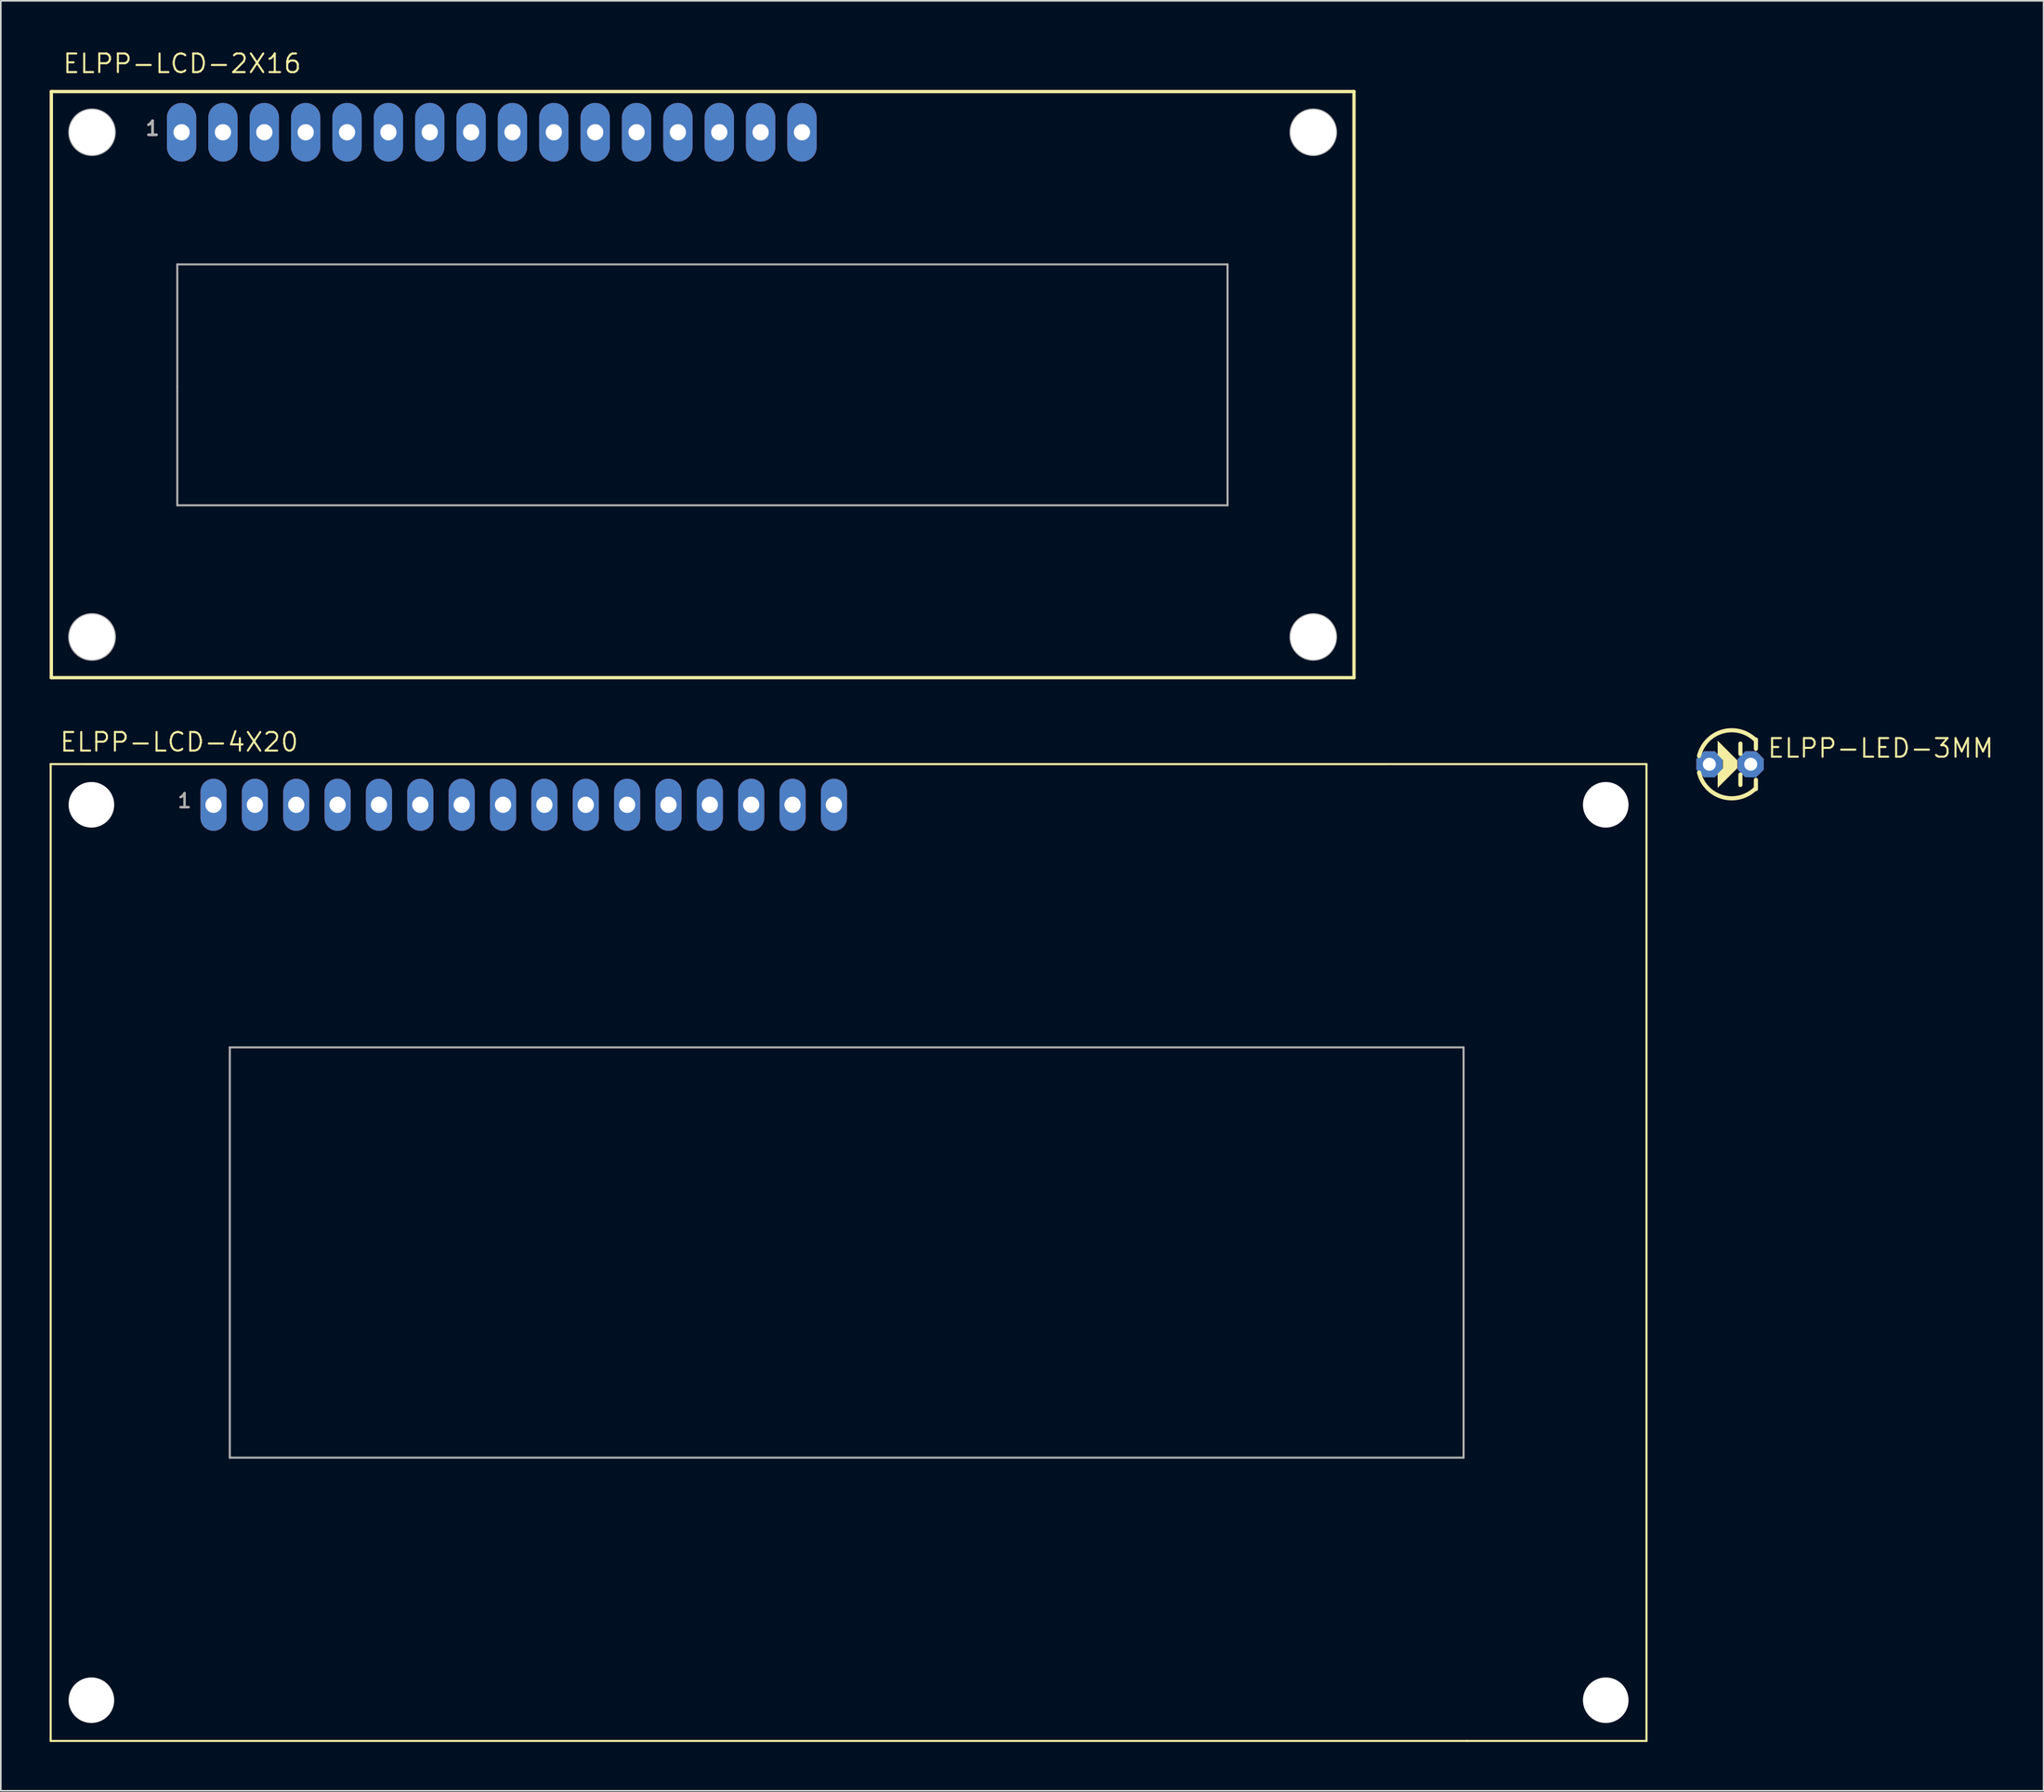
<source format=kicad_pcb>
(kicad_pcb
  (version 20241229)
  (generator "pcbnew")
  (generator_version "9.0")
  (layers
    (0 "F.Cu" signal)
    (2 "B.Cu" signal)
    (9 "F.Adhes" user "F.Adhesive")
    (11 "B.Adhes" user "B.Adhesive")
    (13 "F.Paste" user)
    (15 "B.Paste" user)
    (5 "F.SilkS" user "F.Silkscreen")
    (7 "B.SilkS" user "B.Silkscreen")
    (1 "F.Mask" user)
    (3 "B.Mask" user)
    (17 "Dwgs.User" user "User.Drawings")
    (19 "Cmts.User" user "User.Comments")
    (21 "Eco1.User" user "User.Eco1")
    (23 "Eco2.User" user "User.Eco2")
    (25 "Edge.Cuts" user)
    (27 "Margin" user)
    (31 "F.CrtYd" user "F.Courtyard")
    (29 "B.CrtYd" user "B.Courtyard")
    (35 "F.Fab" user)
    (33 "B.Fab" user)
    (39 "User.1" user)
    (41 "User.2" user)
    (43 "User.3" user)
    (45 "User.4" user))
  (footprint "ELPP-LCD-4X20"
    (layer "F.Cu")
    (at 48.809 73.68)
    (property "Reference" "ELPP-LCD-4X20" (at -48.26 -30.48 0) (unlocked yes) (layer "F.SilkS") (effects (font (size 1.143 1.143) (thickness 0.127)) (justify left bottom)))
    (fp_line (start -48.746 -29.797) (end 38.254 -29.797) (stroke (width 0.127) (type solid)) (layer "F.SilkS"))
    (fp_line (start -48.746 30.203) (end -48.746 -29.797) (stroke (width 0.127) (type solid)) (layer "F.SilkS"))
    (fp_line (start -46.746 -29.797) (end 33.254 -29.797) (stroke (width 0.127) (type solid)) (layer "F.SilkS"))
    (fp_line (start 38.254 -29.797) (end 49.254 -29.797) (stroke (width 0.127) (type solid)) (layer "F.SilkS"))
    (fp_line (start 38.254 30.203) (end -48.746 30.203) (stroke (width 0.127) (type solid)) (layer "F.SilkS"))
    (fp_line (start 49.254 -29.797) (end 49.254 30.203) (stroke (width 0.127) (type solid)) (layer "F.SilkS"))
    (fp_line (start 49.254 30.203) (end 38.254 30.203) (stroke (width 0.127) (type solid)) (layer "F.SilkS"))
    (fp_line (start -37.746 -12.397) (end -37.746 12.803) (stroke (width 0.127) (type solid)) (layer "F.Fab"))
    (fp_line (start -37.746 -12.397) (end 38.024 -12.397) (stroke (width 0.127) (type solid)) (layer "F.Fab"))
    (fp_line (start -37.746 12.803) (end 38.024 12.803) (stroke (width 0.127) (type solid)) (layer "F.Fab"))
    (fp_line (start 38.024 -12.397) (end 38.024 12.803) (stroke (width 0.127) (type solid)) (layer "F.Fab"))
    (fp_text user "1" (at -41.036 -27.037 0) (layer "F.Fab") (effects (font (size 0.864 0.864) (thickness 0.152)) (justify left bottom)))
    (pad "" np_thru_hole circle (at -46.246 -27.297) (size 2.8 2.8) (drill 2.8) (layers "*.Cu" "*.Mask"))
    (pad "" np_thru_hole circle (at -46.246 27.703) (size 2.8 2.8) (drill 2.8) (layers "*.Cu" "*.Mask"))
    (pad "" np_thru_hole circle (at 46.754 -27.297) (size 2.8 2.8) (drill 2.8) (layers "*.Cu" "*.Mask"))
    (pad "" np_thru_hole circle (at 46.754 27.703) (size 2.8 2.8) (drill 2.8) (layers "*.Cu" "*.Mask"))
    (pad "1" thru_hole oval (at -38.746 -27.297 90) (size 3.2 1.6) (drill 1) (layers "*.Cu" "*.Mask"))
    (pad "2" thru_hole oval (at -36.206 -27.297 90) (size 3.2 1.6) (drill 1) (layers "*.Cu" "*.Mask"))
    (pad "3" thru_hole oval (at -33.666 -27.297 90) (size 3.2 1.6) (drill 1) (layers "*.Cu" "*.Mask"))
    (pad "4" thru_hole oval (at -31.126 -27.297 90) (size 3.2 1.6) (drill 1) (layers "*.Cu" "*.Mask"))
    (pad "5" thru_hole oval (at -28.586 -27.297 90) (size 3.2 1.6) (drill 1) (layers "*.Cu" "*.Mask"))
    (pad "6" thru_hole oval (at -26.046 -27.297 90) (size 3.2 1.6) (drill 1) (layers "*.Cu" "*.Mask"))
    (pad "7" thru_hole oval (at -23.506 -27.297 90) (size 3.2 1.6) (drill 1) (layers "*.Cu" "*.Mask"))
    (pad "8" thru_hole oval (at -20.966 -27.297 90) (size 3.2 1.6) (drill 1) (layers "*.Cu" "*.Mask"))
    (pad "9" thru_hole oval (at -18.426 -27.297 90) (size 3.2 1.6) (drill 1) (layers "*.Cu" "*.Mask"))
    (pad "10" thru_hole oval (at -15.886 -27.297 90) (size 3.2 1.6) (drill 1) (layers "*.Cu" "*.Mask"))
    (pad "11" thru_hole oval (at -13.346 -27.297 90) (size 3.2 1.6) (drill 1) (layers "*.Cu" "*.Mask"))
    (pad "12" thru_hole oval (at -10.806 -27.297 90) (size 3.2 1.6) (drill 1) (layers "*.Cu" "*.Mask"))
    (pad "13" thru_hole oval (at -8.266 -27.297 90) (size 3.2 1.6) (drill 1) (layers "*.Cu" "*.Mask"))
    (pad "14" thru_hole oval (at -5.726 -27.297 90) (size 3.2 1.6) (drill 1) (layers "*.Cu" "*.Mask"))
    (pad "15" thru_hole oval (at -3.186 -27.297 90) (size 3.2 1.6) (drill 1) (layers "*.Cu" "*.Mask"))
    (pad "16" thru_hole oval (at -0.646 -27.297 90) (size 3.2 1.6) (drill 1) (layers "*.Cu" "*.Mask")))
  (footprint "ELPP-LCD-2X16"
    (layer "F.Cu")
    (at 40.102 20.574)
    (property "Reference" "ELPP-LCD-2X16" (at -39.37 -19.05 0) (unlocked yes) (layer "F.SilkS") (effects (font (size 1.143 1.143) (thickness 0.127)) (justify left bottom)))
    (fp_line (start -40 -18) (end 40 -18) (stroke (width 0.203) (type solid)) (layer "F.SilkS"))
    (fp_line (start -40 18) (end -40 -18) (stroke (width 0.203) (type solid)) (layer "F.SilkS"))
    (fp_line (start 40 -18) (end 40 18) (stroke (width 0.203) (type solid)) (layer "F.SilkS"))
    (fp_line (start 40 18) (end -40 18) (stroke (width 0.203) (type solid)) (layer "F.SilkS"))
    (fp_line (start -32.265 -7.386) (end -32.265 0.114) (stroke (width 0.127) (type solid)) (layer "F.Fab"))
    (fp_line (start -32.265 -7.386) (end 32.235 -7.386) (stroke (width 0.127) (type solid)) (layer "F.Fab"))
    (fp_line (start -32.265 0.114) (end -32.265 7.414) (stroke (width 0.127) (type solid)) (layer "F.Fab"))
    (fp_line (start -32.265 7.414) (end 32.235 7.414) (stroke (width 0.127) (type solid)) (layer "F.Fab"))
    (fp_line (start 32.235 -7.386) (end 32.235 7.414) (stroke (width 0.127) (type solid)) (layer "F.Fab"))
    (fp_circle (center -37.5 -15.5) (end -36.103 -15.5) (stroke (width 0.127) (type solid)) (fill no) (layer "F.Fab"))
    (fp_circle (center -37.5 15.5) (end -36.097 15.5) (stroke (width 0.127) (type solid)) (fill no) (layer "F.Fab"))
    (fp_circle (center 37.5 -15.5) (end 38.897 -15.5) (stroke (width 0.127) (type solid)) (fill no) (layer "F.Fab"))
    (fp_circle (center 37.5 15.5) (end 38.897 15.5) (stroke (width 0.127) (type solid)) (fill no) (layer "F.Fab"))
    (fp_text user "1" (at -34.305 -15.226 0) (layer "F.Fab") (effects (font (size 0.864 0.864) (thickness 0.152)) (justify left bottom)))
    (fp_text user "1" (at -34.29 -15.24 0) (layer "F.Fab") (effects (font (size 0.864 0.864) (thickness 0.152)) (justify left bottom)))
    (pad "" np_thru_hole circle (at -37.5 -15.5) (size 2.8 2.8) (drill 2.8) (layers "*.Cu" "*.Mask"))
    (pad "" np_thru_hole circle (at -37.5 15.5) (size 2.8 2.8) (drill 2.8) (layers "*.Cu" "*.Mask"))
    (pad "" np_thru_hole circle (at 37.5 -15.5) (size 2.8 2.8) (drill 2.8) (layers "*.Cu" "*.Mask"))
    (pad "" np_thru_hole circle (at 37.5 15.5) (size 2.8 2.8) (drill 2.8) (layers "*.Cu" "*.Mask"))
    (pad "1" thru_hole oval (at -32 -15.5 90) (size 3.6 1.8) (drill 1) (layers "*.Cu" "*.Mask"))
    (pad "2" thru_hole oval (at -29.46 -15.5 90) (size 3.6 1.8) (drill 1) (layers "*.Cu" "*.Mask"))
    (pad "3" thru_hole oval (at -26.92 -15.5 90) (size 3.6 1.8) (drill 1) (layers "*.Cu" "*.Mask"))
    (pad "4" thru_hole oval (at -24.38 -15.5 90) (size 3.6 1.8) (drill 1) (layers "*.Cu" "*.Mask"))
    (pad "5" thru_hole oval (at -21.84 -15.5 90) (size 3.6 1.8) (drill 1) (layers "*.Cu" "*.Mask"))
    (pad "6" thru_hole oval (at -19.3 -15.5 90) (size 3.6 1.8) (drill 1) (layers "*.Cu" "*.Mask"))
    (pad "7" thru_hole oval (at -16.76 -15.5 90) (size 3.6 1.8) (drill 1) (layers "*.Cu" "*.Mask"))
    (pad "8" thru_hole oval (at -14.22 -15.5 90) (size 3.6 1.8) (drill 1) (layers "*.Cu" "*.Mask"))
    (pad "9" thru_hole oval (at -11.68 -15.5 90) (size 3.6 1.8) (drill 1) (layers "*.Cu" "*.Mask"))
    (pad "10" thru_hole oval (at -9.14 -15.5 90) (size 3.6 1.8) (drill 1) (layers "*.Cu" "*.Mask"))
    (pad "11" thru_hole oval (at -6.6 -15.5 90) (size 3.6 1.8) (drill 1) (layers "*.Cu" "*.Mask"))
    (pad "12" thru_hole oval (at -4.06 -15.5 90) (size 3.6 1.8) (drill 1) (layers "*.Cu" "*.Mask"))
    (pad "13" thru_hole oval (at -1.52 -15.5 90) (size 3.6 1.8) (drill 1) (layers "*.Cu" "*.Mask"))
    (pad "14" thru_hole oval (at 1.02 -15.5 90) (size 3.6 1.8) (drill 1) (layers "*.Cu" "*.Mask"))
    (pad "15" thru_hole oval (at 3.56 -15.5 90) (size 3.6 1.8) (drill 1) (layers "*.Cu" "*.Mask"))
    (pad "16" thru_hole oval (at 6.1 -15.5 90) (size 3.6 1.8) (drill 1) (layers "*.Cu" "*.Mask")))
  (footprint "ELPP-LED-3MM"
    (layer "F.Cu")
    (at 103.197 43.894)
    (property "Reference" "ELPP-LED-3MM" (at 2.223 -0.318 0) (unlocked yes) (layer "F.SilkS") (effects (font (size 1.143 1.143) (thickness 0.127)) (justify left bottom)))
    (fp_line (start 0.635 -1.27) (end 0.635 -0.635) (stroke (width 0.254) (type solid)) (layer "F.SilkS"))
    (fp_line (start 0.635 0.635) (end 0.635 1.27) (stroke (width 0.254) (type solid)) (layer "F.SilkS"))
    (fp_line (start 1.587 -1.524) (end 1.587 -0.953) (stroke (width 0.254) (type solid)) (layer "F.SilkS"))
    (fp_line (start 1.587 1.524) (end 1.587 0.953) (stroke (width 0.254) (type solid)) (layer "F.SilkS"))
    (fp_arc (start -1.905 -0.508) (mid -0.483794 -2.005866) (end 1.523999 -1.523998) (stroke (width 0.254) (type solid)) (layer "F.SilkS"))
    (fp_arc (start 1.523999 1.523998) (mid -0.483794 2.005866) (end -1.905 0.508) (stroke (width 0.254) (type solid)) (layer "F.SilkS"))
    (fp_poly (pts (xy 0.445 -0.243) (xy 0.445 0.243) (xy -0.762 1.45) (xy -0.762 0.582) (xy -0.445 0.265) (xy -0.445 -0.265) (xy -0.762 -0.582) (xy -0.762 -1.45)) (stroke (width 0) (type default)) (fill yes) (layer "F.SilkS"))
    (pad "A" thru_hole roundrect (at -1.27 0) (size 1.6 1.6) (drill 0.8) (layers "*.Cu" "*.Mask") (roundrect_rratio 0.25) (chamfer_ratio 0.293) (chamfer top_left top_right bottom_left bottom_right))
    (pad "C" thru_hole roundrect (at 1.27 0) (size 1.6 1.6) (drill 0.8) (layers "*.Cu" "*.Mask") (roundrect_rratio 0.25) (chamfer_ratio 0.293) (chamfer top_left top_right bottom_left bottom_right)))
  (gr_rect
    (start -3 -3)
    (end 122.451 106.946)
    (stroke (width 0.1) (type default))
    (fill no)
    (layer "Edge.Cuts")))
</source>
